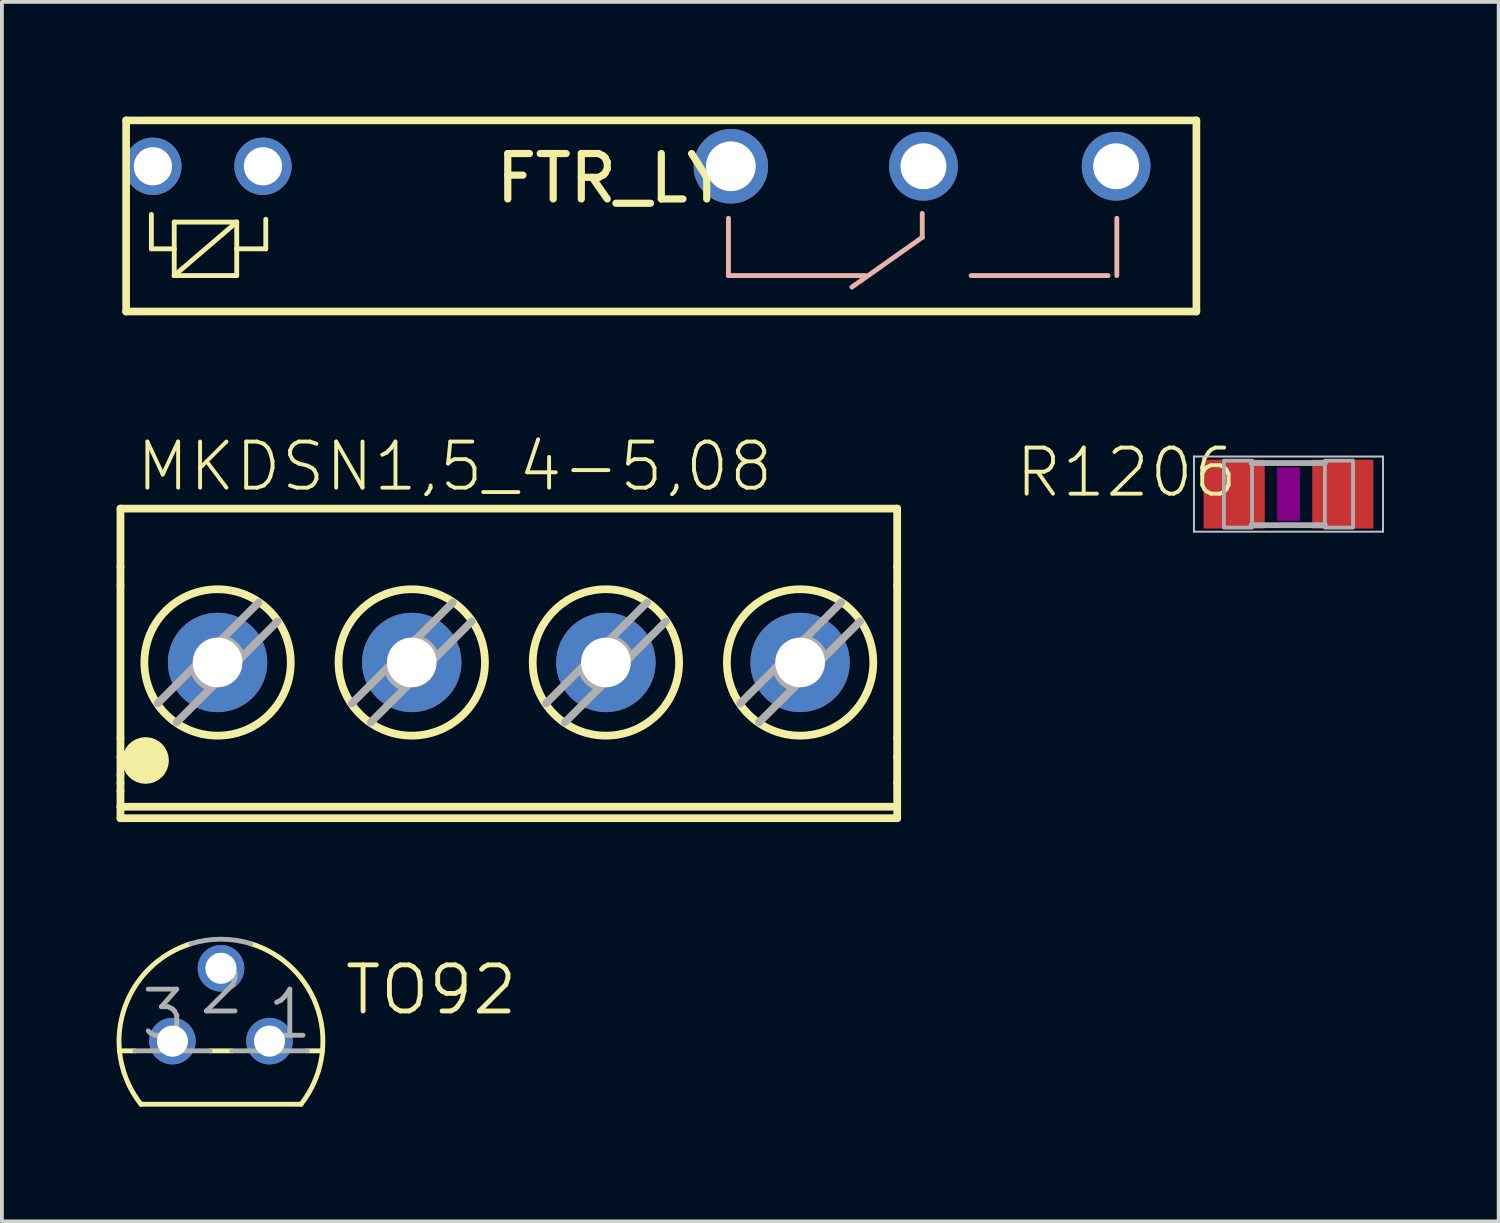
<source format=kicad_pcb>
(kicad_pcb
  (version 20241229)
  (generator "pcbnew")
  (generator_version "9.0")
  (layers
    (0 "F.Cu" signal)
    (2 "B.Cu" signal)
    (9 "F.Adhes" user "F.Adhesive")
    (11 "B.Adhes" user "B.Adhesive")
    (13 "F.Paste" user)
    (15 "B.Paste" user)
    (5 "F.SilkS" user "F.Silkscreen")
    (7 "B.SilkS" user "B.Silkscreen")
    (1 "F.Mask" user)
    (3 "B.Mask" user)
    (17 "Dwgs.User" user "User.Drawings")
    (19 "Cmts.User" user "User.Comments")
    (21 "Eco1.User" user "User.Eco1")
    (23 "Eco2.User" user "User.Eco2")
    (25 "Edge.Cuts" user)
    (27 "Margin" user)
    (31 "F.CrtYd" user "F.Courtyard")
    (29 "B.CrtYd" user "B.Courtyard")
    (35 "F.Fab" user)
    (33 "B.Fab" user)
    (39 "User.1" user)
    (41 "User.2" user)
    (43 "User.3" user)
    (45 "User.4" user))
  (footprint "R1206"
    (layer "F.Cu")
    (at 30.659 9.877)
    (property "Reference" "R1206" (at -1.27 -1.27 0) (layer "F.SilkS") (effects (font (size 1.206 1.206) (thickness 0.102)) (justify right top)))
    (attr through_hole)
    (fp_poly (pts (xy -0.3 0.7) (xy 0.3 0.7) (xy 0.3 -0.7) (xy -0.3 -0.7)) (stroke (width 0) (type solid)) (fill yes) (layer "F.Adhes"))
    (fp_line (start -2.473 -0.983) (end 2.473 -0.983) (stroke (width 0.051) (type solid)) (layer "Dwgs.User"))
    (fp_line (start -2.473 0.983) (end -2.473 -0.983) (stroke (width 0.051) (type solid)) (layer "Dwgs.User"))
    (fp_line (start 2.473 -0.983) (end 2.473 0.983) (stroke (width 0.051) (type solid)) (layer "Dwgs.User"))
    (fp_line (start 2.473 0.983) (end -2.473 0.983) (stroke (width 0.051) (type solid)) (layer "Dwgs.User"))
    (fp_line (start 0.953 -0.813) (end -0.965 -0.813) (stroke (width 0.152) (type solid)) (layer "F.Fab"))
    (fp_line (start 0.953 0.813) (end -0.965 0.813) (stroke (width 0.152) (type solid)) (layer "F.Fab"))
    (fp_poly (pts (xy -1.689 0.876) (xy -0.953 0.876) (xy -0.953 -0.876) (xy -1.689 -0.876)) (stroke (width 0.1) (type solid)) (fill no) (layer "F.Fab"))
    (fp_poly (pts (xy 0.953 0.876) (xy 1.689 0.876) (xy 1.689 -0.876) (xy 0.953 -0.876)) (stroke (width 0.1) (type solid)) (fill no) (layer "F.Fab"))
    (pad "1" smd rect (at -1.422 0) (size 1.6 1.803) (layers "F.Cu" "F.Mask" "F.Paste"))
    (pad "2" smd rect (at 1.422 0) (size 1.6 1.803) (layers "F.Cu" "F.Mask" "F.Paste")))
  (footprint "FTR_LY"
    (layer "F.Cu")
    (at 0.25 5.1)
    (property "Reference" "FTR_LY" (at 12.7 -2.79 0) (layer "F.SilkS") (effects (font (size 1.188 1.188) (thickness 0.188)) (justify bottom)))
    (attr through_hole)
    (fp_line (start 0 -5) (end 28 -5) (stroke (width 0.2) (type solid)) (layer "F.SilkS"))
    (fp_line (start 0 0) (end 0 -5) (stroke (width 0.2) (type solid)) (layer "F.SilkS"))
    (fp_line (start 0.66 -1.64) (end 0.66 -2.54) (stroke (width 0.127) (type solid)) (layer "F.SilkS"))
    (fp_line (start 1.258 -2.34) (end 1.258 -1.64) (stroke (width 0.127) (type solid)) (layer "F.SilkS"))
    (fp_line (start 1.258 -1.64) (end 0.66 -1.64) (stroke (width 0.127) (type solid)) (layer "F.SilkS"))
    (fp_line (start 1.258 -1.64) (end 1.258 -0.94) (stroke (width 0.127) (type solid)) (layer "F.SilkS"))
    (fp_line (start 1.258 -0.94) (end 2.893 -2.34) (stroke (width 0.127) (type solid)) (layer "F.SilkS"))
    (fp_line (start 1.258 -0.94) (end 2.893 -0.94) (stroke (width 0.127) (type solid)) (layer "F.SilkS"))
    (fp_line (start 2.893 -2.34) (end 1.258 -2.34) (stroke (width 0.127) (type solid)) (layer "F.SilkS"))
    (fp_line (start 2.893 -1.64) (end 2.893 -2.34) (stroke (width 0.127) (type solid)) (layer "F.SilkS"))
    (fp_line (start 2.893 -1.64) (end 3.653 -1.64) (stroke (width 0.127) (type solid)) (layer "F.SilkS"))
    (fp_line (start 2.893 -0.94) (end 2.893 -1.64) (stroke (width 0.127) (type solid)) (layer "F.SilkS"))
    (fp_line (start 3.653 -1.64) (end 3.653 -2.413) (stroke (width 0.127) (type solid)) (layer "F.SilkS"))
    (fp_line (start 28 -5) (end 28 0) (stroke (width 0.2) (type solid)) (layer "F.SilkS"))
    (fp_line (start 28 0) (end 0 0) (stroke (width 0.2) (type solid)) (layer "F.SilkS"))
    (fp_line (start 15.758 -2.44) (end 15.758 -0.94) (stroke (width 0.127) (type solid)) (layer "B.SilkS"))
    (fp_line (start 15.758 -0.94) (end 19.339 -0.94) (stroke (width 0.127) (type solid)) (layer "B.SilkS"))
    (fp_line (start 20.828 -2.567) (end 20.828 -1.94) (stroke (width 0.127) (type solid)) (layer "B.SilkS"))
    (fp_line (start 20.828 -1.94) (end 18.988 -0.64) (stroke (width 0.127) (type solid)) (layer "B.SilkS"))
    (fp_line (start 22.108 -0.94) (end 25.689 -0.94) (stroke (width 0.127) (type solid)) (layer "B.SilkS"))
    (fp_line (start 25.918 -2.44) (end 25.918 -0.94) (stroke (width 0.127) (type solid)) (layer "B.SilkS"))
    (pad "11" thru_hole circle (at 20.86 -3.8) (size 1.8 1.8) (drill 1.2) (layers "*.Cu" "*.Mask"))
    (pad "12" thru_hole circle (at 15.82 -3.8) (size 1.95 1.95) (drill 1.3) (layers "*.Cu" "*.Mask"))
    (pad "14" thru_hole circle (at 25.9 -3.8) (size 1.8 1.8) (drill 1.2) (layers "*.Cu" "*.Mask"))
    (pad "A1" thru_hole circle (at 0.7 -3.8) (size 1.5 1.5) (drill 1) (layers "*.Cu" "*.Mask"))
    (pad "A2" thru_hole circle (at 3.58 -3.8) (size 1.5 1.5) (drill 1) (layers "*.Cu" "*.Mask")))
  (footprint "MKDSN1,5_4-5,08"
    (layer "F.Cu")
    (at 10.283 14.306)
    (property "Reference" "MKDSN1,5_4-5,08" (at -9.831 -4.445 0) (layer "F.SilkS") (effects (font (size 1.206 1.206) (thickness 0.102)) (justify left bottom)))
    (attr through_hole)
    (fp_line (start -10.181 -4.05) (end 10.139 -4.05) (stroke (width 0.203) (type solid)) (layer "F.SilkS"))
    (fp_line (start -10.181 -2.524) (end -10.181 -4.05) (stroke (width 0.203) (type solid)) (layer "F.SilkS"))
    (fp_line (start -10.181 -2.524) (end -10.181 -2.041) (stroke (width 0.203) (type solid)) (layer "F.SilkS"))
    (fp_line (start -10.181 1.956) (end -10.181 -2.041) (stroke (width 0.203) (type solid)) (layer "F.SilkS"))
    (fp_line (start -10.181 1.956) (end -10.181 2.448) (stroke (width 0.203) (type solid)) (layer "F.SilkS"))
    (fp_line (start -10.181 2.913) (end -10.181 2.448) (stroke (width 0.203) (type solid)) (layer "F.SilkS"))
    (fp_line (start -10.181 3.128) (end -10.181 2.913) (stroke (width 0.203) (type solid)) (layer "F.SilkS"))
    (fp_line (start -10.181 3.327) (end -10.181 3.128) (stroke (width 0.203) (type solid)) (layer "F.SilkS"))
    (fp_line (start -10.181 3.75) (end -10.181 3.327) (stroke (width 0.203) (type solid)) (layer "F.SilkS"))
    (fp_line (start -10.181 3.75) (end -10.181 4.05) (stroke (width 0.203) (type solid)) (layer "F.SilkS"))
    (fp_line (start -10.181 4.05) (end 10.139 4.05) (stroke (width 0.203) (type solid)) (layer "F.SilkS"))
    (fp_line (start 10.139 -2.524) (end 10.139 -4.05) (stroke (width 0.203) (type solid)) (layer "F.SilkS"))
    (fp_line (start 10.139 -2.524) (end 10.139 -2.041) (stroke (width 0.203) (type solid)) (layer "F.SilkS"))
    (fp_line (start 10.139 1.956) (end 10.139 -2.041) (stroke (width 0.203) (type solid)) (layer "F.SilkS"))
    (fp_line (start 10.139 1.956) (end 10.139 2.448) (stroke (width 0.203) (type solid)) (layer "F.SilkS"))
    (fp_line (start 10.139 3.128) (end 10.139 2.448) (stroke (width 0.203) (type solid)) (layer "F.SilkS"))
    (fp_line (start 10.139 3.75) (end -10.181 3.75) (stroke (width 0.203) (type solid)) (layer "F.SilkS"))
    (fp_line (start 10.139 3.75) (end 10.139 3.128) (stroke (width 0.203) (type solid)) (layer "F.SilkS"))
    (fp_line (start 10.139 3.75) (end 10.139 4.05) (stroke (width 0.203) (type solid)) (layer "F.SilkS"))
    (fp_circle (center -9.525 2.54) (end -9.22 2.54) (stroke (width 0.61) (type solid)) (fill no) (layer "F.SilkS"))
    (fp_circle (center -7.641 -0.025) (end -5.726 -0.025) (stroke (width 0.203) (type solid)) (fill no) (layer "F.SilkS"))
    (fp_circle (center -2.561 -0.025) (end -0.646 -0.025) (stroke (width 0.203) (type solid)) (fill no) (layer "F.SilkS"))
    (fp_circle (center 2.519 -0.025) (end 4.434 -0.025) (stroke (width 0.203) (type solid)) (fill no) (layer "F.SilkS"))
    (fp_circle (center 7.599 -0.025) (end 9.514 -0.025) (stroke (width 0.203) (type solid)) (fill no) (layer "F.SilkS"))
    (fp_line (start -9.209 1.048) (end -8.28 0.119) (stroke (width 0.203) (type solid)) (layer "F.Fab"))
    (fp_line (start -8.28 0.119) (end -7.641 -0.52) (stroke (width 0.203) (type solid)) (layer "F.Fab"))
    (fp_line (start -7.801 0.63) (end -8.714 1.543) (stroke (width 0.203) (type solid)) (layer "F.Fab"))
    (fp_line (start -7.641 -0.52) (end -7.522 -0.639) (stroke (width 0.203) (type solid)) (layer "F.Fab"))
    (fp_line (start -7.641 0.47) (end -7.801 0.63) (stroke (width 0.203) (type solid)) (layer "F.Fab"))
    (fp_line (start -7.522 -0.639) (end -6.568 -1.593) (stroke (width 0.203) (type solid)) (layer "F.Fab"))
    (fp_line (start -7.011 -0.16) (end -7.641 0.47) (stroke (width 0.203) (type solid)) (layer "F.Fab"))
    (fp_line (start -6.073 -1.098) (end -7.011 -0.16) (stroke (width 0.203) (type solid)) (layer "F.Fab"))
    (fp_line (start -4.129 1.048) (end -3.2 0.119) (stroke (width 0.203) (type solid)) (layer "F.Fab"))
    (fp_line (start -3.2 0.119) (end -2.561 -0.52) (stroke (width 0.203) (type solid)) (layer "F.Fab"))
    (fp_line (start -2.721 0.63) (end -3.634 1.543) (stroke (width 0.203) (type solid)) (layer "F.Fab"))
    (fp_line (start -2.561 -0.52) (end -2.442 -0.639) (stroke (width 0.203) (type solid)) (layer "F.Fab"))
    (fp_line (start -2.561 0.47) (end -2.721 0.63) (stroke (width 0.203) (type solid)) (layer "F.Fab"))
    (fp_line (start -2.442 -0.639) (end -1.488 -1.593) (stroke (width 0.203) (type solid)) (layer "F.Fab"))
    (fp_line (start -1.931 -0.16) (end -2.561 0.47) (stroke (width 0.203) (type solid)) (layer "F.Fab"))
    (fp_line (start -0.993 -1.098) (end -1.931 -0.16) (stroke (width 0.203) (type solid)) (layer "F.Fab"))
    (fp_line (start 0.951 1.048) (end 1.88 0.119) (stroke (width 0.203) (type solid)) (layer "F.Fab"))
    (fp_line (start 1.88 0.119) (end 2.519 -0.52) (stroke (width 0.203) (type solid)) (layer "F.Fab"))
    (fp_line (start 2.359 0.63) (end 1.446 1.543) (stroke (width 0.203) (type solid)) (layer "F.Fab"))
    (fp_line (start 2.519 -0.52) (end 2.638 -0.639) (stroke (width 0.203) (type solid)) (layer "F.Fab"))
    (fp_line (start 2.519 0.47) (end 2.359 0.63) (stroke (width 0.203) (type solid)) (layer "F.Fab"))
    (fp_line (start 2.638 -0.639) (end 3.592 -1.593) (stroke (width 0.203) (type solid)) (layer "F.Fab"))
    (fp_line (start 3.149 -0.16) (end 2.519 0.47) (stroke (width 0.203) (type solid)) (layer "F.Fab"))
    (fp_line (start 4.087 -1.098) (end 3.149 -0.16) (stroke (width 0.203) (type solid)) (layer "F.Fab"))
    (fp_line (start 6.031 1.048) (end 6.96 0.119) (stroke (width 0.203) (type solid)) (layer "F.Fab"))
    (fp_line (start 6.96 0.119) (end 7.599 -0.52) (stroke (width 0.203) (type solid)) (layer "F.Fab"))
    (fp_line (start 7.439 0.63) (end 6.526 1.543) (stroke (width 0.203) (type solid)) (layer "F.Fab"))
    (fp_line (start 7.599 -0.52) (end 7.718 -0.639) (stroke (width 0.203) (type solid)) (layer "F.Fab"))
    (fp_line (start 7.599 0.47) (end 7.439 0.63) (stroke (width 0.203) (type solid)) (layer "F.Fab"))
    (fp_line (start 7.718 -0.639) (end 8.672 -1.593) (stroke (width 0.203) (type solid)) (layer "F.Fab"))
    (fp_line (start 8.229 -0.16) (end 7.599 0.47) (stroke (width 0.203) (type solid)) (layer "F.Fab"))
    (fp_line (start 9.167 -1.098) (end 8.229 -0.16) (stroke (width 0.203) (type solid)) (layer "F.Fab"))
    (fp_arc (start -7.801099 0.63) (mid -8.115315 0.444537) (end -8.2801 0.119) (stroke (width 0.2032) (type solid)) (layer "F.Fab"))
    (fp_arc (start -7.5221 -0.639) (mid -7.196563 -0.474216) (end -7.0111 -0.16) (stroke (width 0.2032) (type solid)) (layer "F.Fab"))
    (fp_arc (start -2.721099 0.63) (mid -3.035315 0.444537) (end -3.2001 0.119) (stroke (width 0.2032) (type solid)) (layer "F.Fab"))
    (fp_arc (start -2.4421 -0.639) (mid -2.116563 -0.474216) (end -1.9311 -0.16) (stroke (width 0.2032) (type solid)) (layer "F.Fab"))
    (fp_arc (start 2.3589 0.629999) (mid 2.044684 0.444536) (end 1.8799 0.119) (stroke (width 0.2032) (type solid)) (layer "F.Fab"))
    (fp_arc (start 2.6379 -0.639001) (mid 2.963437 -0.474216) (end 3.1489 -0.16) (stroke (width 0.2032) (type solid)) (layer "F.Fab"))
    (fp_arc (start 7.4389 0.629999) (mid 7.124684 0.444536) (end 6.9599 0.119) (stroke (width 0.2032) (type solid)) (layer "F.Fab"))
    (fp_arc (start 7.7179 -0.639001) (mid 8.043437 -0.474216) (end 8.2289 -0.16) (stroke (width 0.2032) (type solid)) (layer "F.Fab"))
    (pad "1" thru_hole circle (at -7.641 -0.025) (size 2.6 2.6) (drill 1.3) (layers "*.Cu" "*.Mask"))
    (pad "2" thru_hole circle (at -2.561 -0.025) (size 2.6 2.6) (drill 1.3) (layers "*.Cu" "*.Mask"))
    (pad "3" thru_hole circle (at 2.519 -0.025) (size 2.6 2.6) (drill 1.3) (layers "*.Cu" "*.Mask"))
    (pad "4" thru_hole circle (at 7.599 -0.025) (size 2.6 2.6) (drill 1.3) (layers "*.Cu" "*.Mask")))
  (footprint "TO92"
    (layer "F.Cu")
    (at 2.731 24.188)
    (property "Reference" "TO92" (at 3.175 -0.635 0) (layer "F.SilkS") (effects (font (size 1.206 1.206) (thickness 0.127)) (justify left bottom)))
    (attr through_hole)
    (fp_line (start -2.655 0.254) (end -2.254 0.254) (stroke (width 0.127) (type solid)) (layer "F.SilkS"))
    (fp_line (start -2.095 1.651) (end 2.095 1.651) (stroke (width 0.127) (type solid)) (layer "F.SilkS"))
    (fp_line (start -0.286 0.254) (end 0.286 0.254) (stroke (width 0.127) (type solid)) (layer "F.SilkS"))
    (fp_line (start 2.254 0.254) (end 2.655 0.254) (stroke (width 0.127) (type solid)) (layer "F.SilkS"))
    (fp_arc (start -2.6549 0.254) (mid -2.219001 -1.479566) (end -0.786299 -2.548501) (stroke (width 0.127) (type solid)) (layer "F.SilkS"))
    (fp_arc (start -2.0946 1.651) (mid -2.475347 0.992847) (end -2.654901 0.254) (stroke (width 0.127) (type solid)) (layer "F.SilkS"))
    (fp_arc (start 0.7863 -2.5484) (mid 2.546275 -0.793203) (end 2.094499 1.651) (stroke (width 0.127) (type solid)) (layer "F.SilkS"))
    (fp_line (start -2.254 0.254) (end -0.286 0.254) (stroke (width 0.127) (type solid)) (layer "F.Fab"))
    (fp_line (start 0.286 0.254) (end 2.254 0.254) (stroke (width 0.127) (type solid)) (layer "F.Fab"))
    (fp_arc (start -0.7863 -2.5485) (mid 0 -2.667043) (end 0.7863 -2.5485) (stroke (width 0.127) (type solid)) (layer "F.Fab"))
    (fp_text user "3" (at -2.159 0 0) (layer "F.Fab") (effects (font (size 1.206 1.206) (thickness 0.127)) (justify left bottom)))
    (fp_text user "2" (at -0.635 -0.635 0) (layer "F.Fab") (effects (font (size 1.206 1.206) (thickness 0.127)) (justify left bottom)))
    (fp_text user "1" (at 1.143 0 0) (layer "F.Fab") (effects (font (size 1.206 1.206) (thickness 0.127)) (justify left bottom)))
    (pad "1" thru_hole circle (at 1.27 0) (size 1.219 1.219) (drill 0.813) (layers "*.Cu" "*.Mask"))
    (pad "2" thru_hole circle (at 0 -1.905) (size 1.219 1.219) (drill 0.813) (layers "*.Cu" "*.Mask"))
    (pad "3" thru_hole circle (at -1.27 0) (size 1.219 1.219) (drill 0.813) (layers "*.Cu" "*.Mask")))
  (gr_rect
    (start -3 -3)
    (end 36.158 28.903)
    (stroke (width 0.1) (type default))
    (fill no)
    (layer "Edge.Cuts")))
</source>
